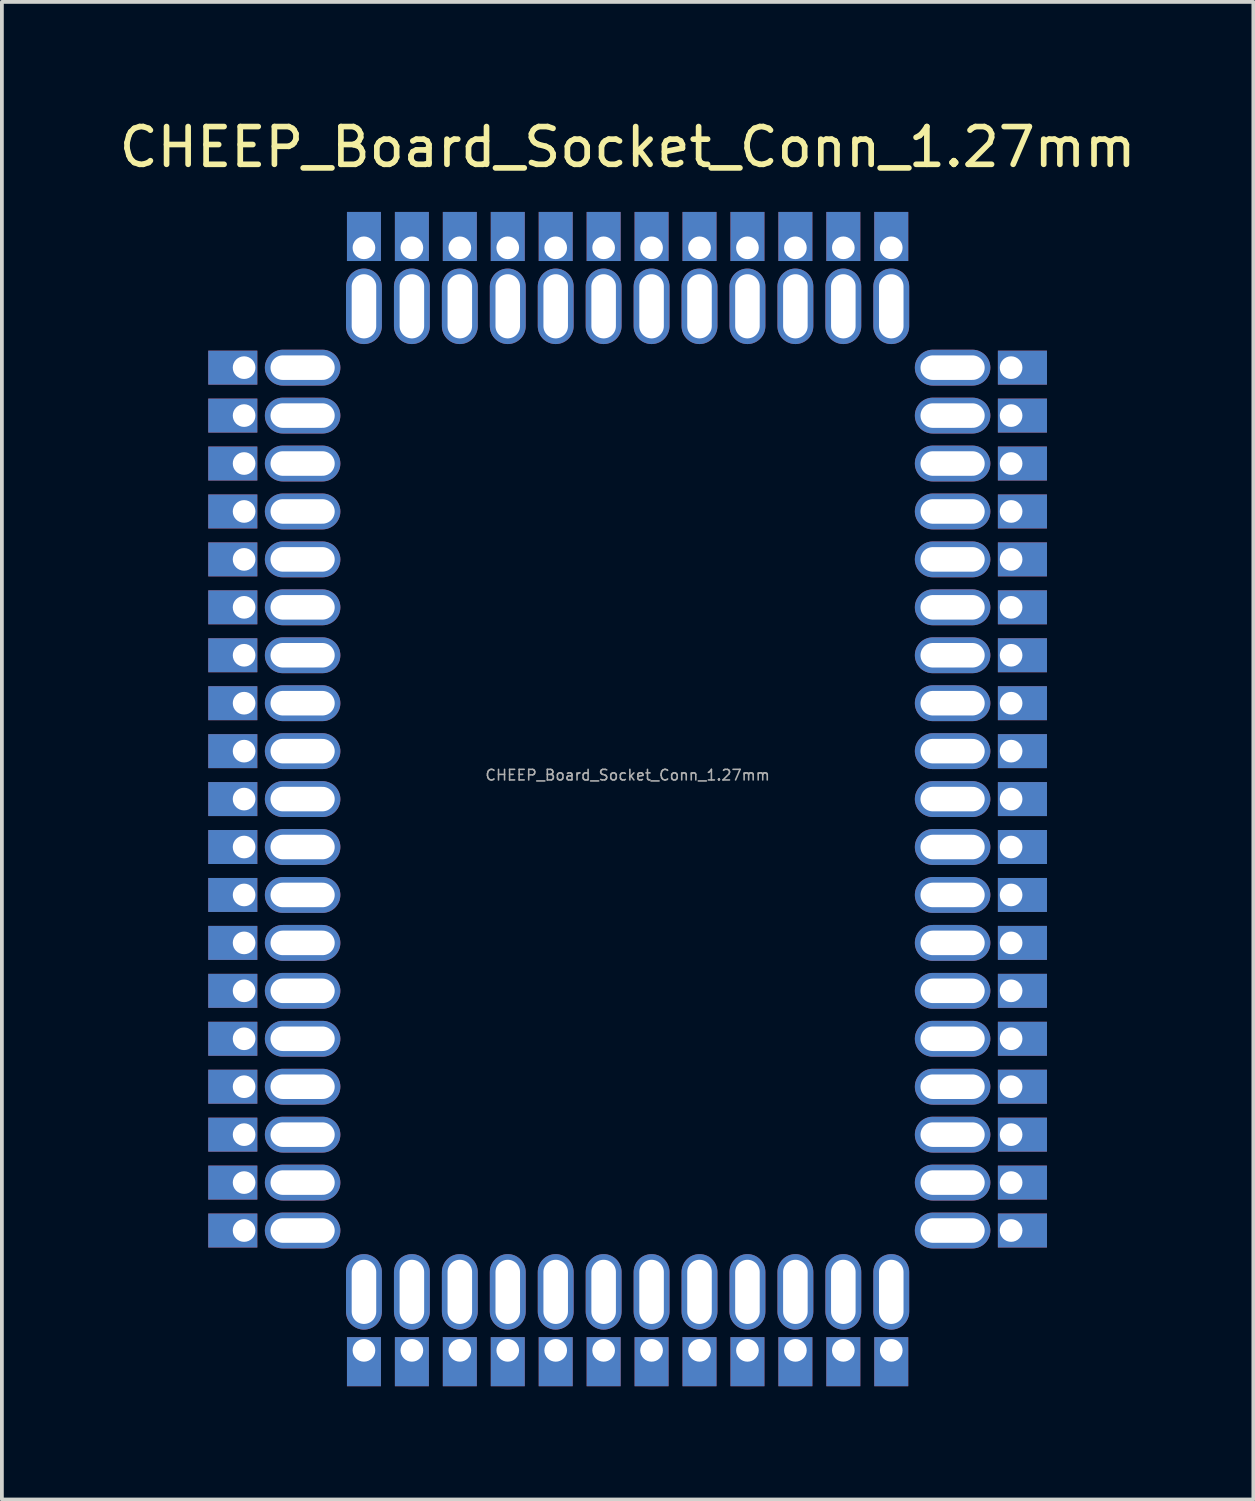
<source format=kicad_pcb>
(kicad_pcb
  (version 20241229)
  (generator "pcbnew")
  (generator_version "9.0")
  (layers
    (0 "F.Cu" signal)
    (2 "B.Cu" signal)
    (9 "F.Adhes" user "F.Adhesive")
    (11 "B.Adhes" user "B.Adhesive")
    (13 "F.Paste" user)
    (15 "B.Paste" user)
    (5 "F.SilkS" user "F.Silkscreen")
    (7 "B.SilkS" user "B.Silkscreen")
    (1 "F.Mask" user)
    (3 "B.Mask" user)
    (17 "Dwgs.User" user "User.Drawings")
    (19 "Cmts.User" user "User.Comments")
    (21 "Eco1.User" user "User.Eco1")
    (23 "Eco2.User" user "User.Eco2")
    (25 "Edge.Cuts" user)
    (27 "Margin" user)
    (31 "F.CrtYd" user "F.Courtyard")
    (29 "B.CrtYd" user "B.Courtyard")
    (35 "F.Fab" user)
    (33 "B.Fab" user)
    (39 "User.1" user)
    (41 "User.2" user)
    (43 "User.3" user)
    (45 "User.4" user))
  (footprint "CHEEP_Board_Socket_Conn_1.27mm"
    (layer "F.Cu")
    (at 13.577 18.12)
    (property "Reference" "CHEEP_Board_Socket_Conn_1.27mm" (at 0 -17.272 0) (unlocked yes) (layer "F.SilkS") (effects (font (size 1 1) (thickness 0.15))))
    (attr smd)
    (fp_text user "${REFERENCE}" (at 0 -0.635 0) (unlocked yes) (layer "F.Fab") (effects (font (size 0.28 0.28) (thickness 0.042))))
    (pad "1" thru_hole rect (at -10.16 -11.43) (size 1.3 0.9) (drill 0.6 (offset -0.3 0)) (layers "*.Cu" "*.Mask"))
    (pad "1" thru_hole oval (at -8.61 -11.43) (size 2 0.95) (drill oval 1.7 0.65) (layers "*.Cu" "*.Mask"))
    (pad "2" thru_hole rect (at -10.16 -10.16) (size 1.3 0.9) (drill 0.6 (offset -0.3 0)) (layers "*.Cu" "*.Mask"))
    (pad "2" thru_hole oval (at -8.61 -10.16) (size 2 0.95) (drill oval 1.7 0.65) (layers "*.Cu" "*.Mask"))
    (pad "3" thru_hole rect (at -10.16 -8.89) (size 1.3 0.9) (drill 0.6 (offset -0.3 0)) (layers "*.Cu" "*.Mask"))
    (pad "3" thru_hole oval (at -8.61 -8.89) (size 2 0.95) (drill oval 1.7 0.65) (layers "*.Cu" "*.Mask"))
    (pad "4" thru_hole rect (at -10.16 -7.62) (size 1.3 0.9) (drill 0.6 (offset -0.3 0)) (layers "*.Cu" "*.Mask"))
    (pad "4" thru_hole oval (at -8.61 -7.62) (size 2 0.95) (drill oval 1.7 0.65) (layers "*.Cu" "*.Mask"))
    (pad "5" thru_hole rect (at -10.16 -6.35) (size 1.3 0.9) (drill 0.6 (offset -0.3 0)) (layers "*.Cu" "*.Mask"))
    (pad "5" thru_hole oval (at -8.61 -6.35) (size 2 0.95) (drill oval 1.7 0.65) (layers "*.Cu" "*.Mask"))
    (pad "6" thru_hole rect (at -10.16 -5.08) (size 1.3 0.9) (drill 0.6 (offset -0.3 0)) (layers "*.Cu" "*.Mask"))
    (pad "6" thru_hole oval (at -8.61 -5.08) (size 2 0.95) (drill oval 1.7 0.65) (layers "*.Cu" "*.Mask"))
    (pad "7" thru_hole rect (at -10.16 -3.81) (size 1.3 0.9) (drill 0.6 (offset -0.3 0)) (layers "*.Cu" "*.Mask"))
    (pad "7" thru_hole oval (at -8.61 -3.81) (size 2 0.95) (drill oval 1.7 0.65) (layers "*.Cu" "*.Mask"))
    (pad "8" thru_hole rect (at -10.16 -2.54) (size 1.3 0.9) (drill 0.6 (offset -0.3 0)) (layers "*.Cu" "*.Mask"))
    (pad "8" thru_hole oval (at -8.61 -2.54) (size 2 0.95) (drill oval 1.7 0.65) (layers "*.Cu" "*.Mask"))
    (pad "9" thru_hole rect (at -10.16 -1.27) (size 1.3 0.9) (drill 0.6 (offset -0.3 0)) (layers "*.Cu" "*.Mask"))
    (pad "9" thru_hole oval (at -8.61 -1.27) (size 2 0.95) (drill oval 1.7 0.65) (layers "*.Cu" "*.Mask"))
    (pad "10" thru_hole rect (at -10.16 0) (size 1.3 0.9) (drill 0.6 (offset -0.3 0)) (layers "*.Cu" "*.Mask"))
    (pad "10" thru_hole oval (at -8.61 0) (size 2 0.95) (drill oval 1.7 0.65) (layers "*.Cu" "*.Mask"))
    (pad "11" thru_hole rect (at -10.16 1.27) (size 1.3 0.9) (drill 0.6 (offset -0.3 0)) (layers "*.Cu" "*.Mask"))
    (pad "11" thru_hole oval (at -8.61 1.27) (size 2 0.95) (drill oval 1.7 0.65) (layers "*.Cu" "*.Mask"))
    (pad "12" thru_hole rect (at -10.16 2.54) (size 1.3 0.9) (drill 0.6 (offset -0.3 0)) (layers "*.Cu" "*.Mask"))
    (pad "12" thru_hole oval (at -8.61 2.54) (size 2 0.95) (drill oval 1.7 0.65) (layers "*.Cu" "*.Mask"))
    (pad "13" thru_hole rect (at -10.16 3.81) (size 1.3 0.9) (drill 0.6 (offset -0.3 0)) (layers "*.Cu" "*.Mask"))
    (pad "13" thru_hole oval (at -8.61 3.81) (size 2 0.95) (drill oval 1.7 0.65) (layers "*.Cu" "*.Mask"))
    (pad "14" thru_hole rect (at -10.16 5.08) (size 1.3 0.9) (drill 0.6 (offset -0.3 0)) (layers "*.Cu" "*.Mask"))
    (pad "14" thru_hole oval (at -8.61 5.08) (size 2 0.95) (drill oval 1.7 0.65) (layers "*.Cu" "*.Mask"))
    (pad "15" thru_hole rect (at -10.16 6.35) (size 1.3 0.9) (drill 0.6 (offset -0.3 0)) (layers "*.Cu" "*.Mask"))
    (pad "15" thru_hole oval (at -8.61 6.35) (size 2 0.95) (drill oval 1.7 0.65) (layers "*.Cu" "*.Mask"))
    (pad "16" thru_hole rect (at -10.16 7.62) (size 1.3 0.9) (drill 0.6 (offset -0.3 0)) (layers "*.Cu" "*.Mask"))
    (pad "16" thru_hole oval (at -8.61 7.62) (size 2 0.95) (drill oval 1.7 0.65) (layers "*.Cu" "*.Mask"))
    (pad "17" thru_hole rect (at -10.16 8.89) (size 1.3 0.9) (drill 0.6 (offset -0.3 0)) (layers "*.Cu" "*.Mask"))
    (pad "17" thru_hole oval (at -8.61 8.89) (size 2 0.95) (drill oval 1.7 0.65) (layers "*.Cu" "*.Mask"))
    (pad "18" thru_hole rect (at -10.16 10.16) (size 1.3 0.9) (drill 0.6 (offset -0.3 0)) (layers "*.Cu" "*.Mask"))
    (pad "18" thru_hole oval (at -8.61 10.16) (size 2 0.95) (drill oval 1.7 0.65) (layers "*.Cu" "*.Mask"))
    (pad "19" thru_hole rect (at -10.16 11.43) (size 1.3 0.9) (drill 0.6 (offset -0.3 0)) (layers "*.Cu" "*.Mask"))
    (pad "19" thru_hole oval (at -8.61 11.43) (size 2 0.95) (drill oval 1.7 0.65) (layers "*.Cu" "*.Mask"))
    (pad "20" thru_hole oval (at -6.985 13.055 90) (size 2 0.95) (drill oval 1.7 0.65) (layers "*.Cu" "*.Mask"))
    (pad "20" thru_hole rect (at -6.985 14.605 90) (size 1.3 0.9) (drill 0.6 (offset -0.3 0)) (layers "*.Cu" "*.Mask"))
    (pad "21" thru_hole oval (at -5.715 13.055 90) (size 2 0.95) (drill oval 1.7 0.65) (layers "*.Cu" "*.Mask"))
    (pad "21" thru_hole rect (at -5.715 14.605 90) (size 1.3 0.9) (drill 0.6 (offset -0.3 0)) (layers "*.Cu" "*.Mask"))
    (pad "22" thru_hole oval (at -4.445 13.055 90) (size 2 0.95) (drill oval 1.7 0.65) (layers "*.Cu" "*.Mask"))
    (pad "22" thru_hole rect (at -4.445 14.605 90) (size 1.3 0.9) (drill 0.6 (offset -0.3 0)) (layers "*.Cu" "*.Mask"))
    (pad "23" thru_hole oval (at -3.175 13.055 90) (size 2 0.95) (drill oval 1.7 0.65) (layers "*.Cu" "*.Mask"))
    (pad "23" thru_hole rect (at -3.175 14.605 90) (size 1.3 0.9) (drill 0.6 (offset -0.3 0)) (layers "*.Cu" "*.Mask"))
    (pad "24" thru_hole oval (at -1.905 13.055 90) (size 2 0.95) (drill oval 1.7 0.65) (layers "*.Cu" "*.Mask"))
    (pad "24" thru_hole rect (at -1.905 14.605 90) (size 1.3 0.9) (drill 0.6 (offset -0.3 0)) (layers "*.Cu" "*.Mask"))
    (pad "25" thru_hole oval (at -0.635 13.055 90) (size 2 0.95) (drill oval 1.7 0.65) (layers "*.Cu" "*.Mask"))
    (pad "25" thru_hole rect (at -0.635 14.605 90) (size 1.3 0.9) (drill 0.6 (offset -0.3 0)) (layers "*.Cu" "*.Mask"))
    (pad "26" thru_hole oval (at 0.635 13.055 90) (size 2 0.95) (drill oval 1.7 0.65) (layers "*.Cu" "*.Mask"))
    (pad "26" thru_hole rect (at 0.635 14.605 90) (size 1.3 0.9) (drill 0.6 (offset -0.3 0)) (layers "*.Cu" "*.Mask"))
    (pad "27" thru_hole oval (at 1.905 13.055 90) (size 2 0.95) (drill oval 1.7 0.65) (layers "*.Cu" "*.Mask"))
    (pad "27" thru_hole rect (at 1.905 14.605 90) (size 1.3 0.9) (drill 0.6 (offset -0.3 0)) (layers "*.Cu" "*.Mask"))
    (pad "28" thru_hole oval (at 3.175 13.055 90) (size 2 0.95) (drill oval 1.7 0.65) (layers "*.Cu" "*.Mask"))
    (pad "28" thru_hole rect (at 3.175 14.605 90) (size 1.3 0.9) (drill 0.6 (offset -0.3 0)) (layers "*.Cu" "*.Mask"))
    (pad "29" thru_hole oval (at 4.445 13.055 90) (size 2 0.95) (drill oval 1.7 0.65) (layers "*.Cu" "*.Mask"))
    (pad "29" thru_hole rect (at 4.445 14.605 90) (size 1.3 0.9) (drill 0.6 (offset -0.3 0)) (layers "*.Cu" "*.Mask"))
    (pad "30" thru_hole oval (at 5.715 13.055 90) (size 2 0.95) (drill oval 1.7 0.65) (layers "*.Cu" "*.Mask"))
    (pad "30" thru_hole rect (at 5.715 14.605 90) (size 1.3 0.9) (drill 0.6 (offset -0.3 0)) (layers "*.Cu" "*.Mask"))
    (pad "31" thru_hole oval (at 6.985 13.055 90) (size 2 0.95) (drill oval 1.7 0.65) (layers "*.Cu" "*.Mask"))
    (pad "31" thru_hole rect (at 6.985 14.605 90) (size 1.3 0.9) (drill 0.6 (offset -0.3 0)) (layers "*.Cu" "*.Mask"))
    (pad "32" thru_hole oval (at 8.61 11.43 180) (size 2 0.95) (drill oval 1.7 0.65) (layers "*.Cu" "*.Mask"))
    (pad "32" thru_hole rect (at 10.16 11.43 180) (size 1.3 0.9) (drill 0.6 (offset -0.3 0)) (layers "*.Cu" "*.Mask"))
    (pad "33" thru_hole oval (at 8.61 10.16 180) (size 2 0.95) (drill oval 1.7 0.65) (layers "*.Cu" "*.Mask"))
    (pad "33" thru_hole rect (at 10.16 10.16 180) (size 1.3 0.9) (drill 0.6 (offset -0.3 0)) (layers "*.Cu" "*.Mask"))
    (pad "34" thru_hole oval (at 8.61 8.89 180) (size 2 0.95) (drill oval 1.7 0.65) (layers "*.Cu" "*.Mask"))
    (pad "34" thru_hole rect (at 10.16 8.89 180) (size 1.3 0.9) (drill 0.6 (offset -0.3 0)) (layers "*.Cu" "*.Mask"))
    (pad "35" thru_hole oval (at 8.61 7.62 180) (size 2 0.95) (drill oval 1.7 0.65) (layers "*.Cu" "*.Mask"))
    (pad "35" thru_hole rect (at 10.16 7.62 180) (size 1.3 0.9) (drill 0.6 (offset -0.3 0)) (layers "*.Cu" "*.Mask"))
    (pad "36" thru_hole oval (at 8.61 6.35 180) (size 2 0.95) (drill oval 1.7 0.65) (layers "*.Cu" "*.Mask"))
    (pad "36" thru_hole rect (at 10.16 6.35 180) (size 1.3 0.9) (drill 0.6 (offset -0.3 0)) (layers "*.Cu" "*.Mask"))
    (pad "37" thru_hole oval (at 8.61 5.08 180) (size 2 0.95) (drill oval 1.7 0.65) (layers "*.Cu" "*.Mask"))
    (pad "37" thru_hole rect (at 10.16 5.08 180) (size 1.3 0.9) (drill 0.6 (offset -0.3 0)) (layers "*.Cu" "*.Mask"))
    (pad "38" thru_hole oval (at 8.61 3.81 180) (size 2 0.95) (drill oval 1.7 0.65) (layers "*.Cu" "*.Mask"))
    (pad "38" thru_hole rect (at 10.16 3.81 180) (size 1.3 0.9) (drill 0.6 (offset -0.3 0)) (layers "*.Cu" "*.Mask"))
    (pad "39" thru_hole oval (at 8.61 2.54 180) (size 2 0.95) (drill oval 1.7 0.65) (layers "*.Cu" "*.Mask"))
    (pad "39" thru_hole rect (at 10.16 2.54 180) (size 1.3 0.9) (drill 0.6 (offset -0.3 0)) (layers "*.Cu" "*.Mask"))
    (pad "40" thru_hole oval (at 8.61 1.27 180) (size 2 0.95) (drill oval 1.7 0.65) (layers "*.Cu" "*.Mask"))
    (pad "40" thru_hole rect (at 10.16 1.27 180) (size 1.3 0.9) (drill 0.6 (offset -0.3 0)) (layers "*.Cu" "*.Mask"))
    (pad "41" thru_hole oval (at 8.61 0 180) (size 2 0.95) (drill oval 1.7 0.65) (layers "*.Cu" "*.Mask"))
    (pad "41" thru_hole rect (at 10.16 0 180) (size 1.3 0.9) (drill 0.6 (offset -0.3 0)) (layers "*.Cu" "*.Mask"))
    (pad "42" thru_hole oval (at 8.61 -1.27 180) (size 2 0.95) (drill oval 1.7 0.65) (layers "*.Cu" "*.Mask"))
    (pad "42" thru_hole rect (at 10.16 -1.27 180) (size 1.3 0.9) (drill 0.6 (offset -0.3 0)) (layers "*.Cu" "*.Mask"))
    (pad "43" thru_hole oval (at 8.61 -2.54 180) (size 2 0.95) (drill oval 1.7 0.65) (layers "*.Cu" "*.Mask"))
    (pad "43" thru_hole rect (at 10.16 -2.54 180) (size 1.3 0.9) (drill 0.6 (offset -0.3 0)) (layers "*.Cu" "*.Mask"))
    (pad "44" thru_hole oval (at 8.61 -3.81 180) (size 2 0.95) (drill oval 1.7 0.65) (layers "*.Cu" "*.Mask"))
    (pad "44" thru_hole rect (at 10.16 -3.81 180) (size 1.3 0.9) (drill 0.6 (offset -0.3 0)) (layers "*.Cu" "*.Mask"))
    (pad "45" thru_hole oval (at 8.61 -5.08 180) (size 2 0.95) (drill oval 1.7 0.65) (layers "*.Cu" "*.Mask"))
    (pad "45" thru_hole rect (at 10.16 -5.08 180) (size 1.3 0.9) (drill 0.6 (offset -0.3 0)) (layers "*.Cu" "*.Mask"))
    (pad "46" thru_hole oval (at 8.61 -6.35 180) (size 2 0.95) (drill oval 1.7 0.65) (layers "*.Cu" "*.Mask"))
    (pad "46" thru_hole rect (at 10.16 -6.35 180) (size 1.3 0.9) (drill 0.6 (offset -0.3 0)) (layers "*.Cu" "*.Mask"))
    (pad "47" thru_hole oval (at 8.61 -7.62 180) (size 2 0.95) (drill oval 1.7 0.65) (layers "*.Cu" "*.Mask"))
    (pad "47" thru_hole rect (at 10.16 -7.62 180) (size 1.3 0.9) (drill 0.6 (offset -0.3 0)) (layers "*.Cu" "*.Mask"))
    (pad "48" thru_hole oval (at 8.61 -8.89 180) (size 2 0.95) (drill oval 1.7 0.65) (layers "*.Cu" "*.Mask"))
    (pad "48" thru_hole rect (at 10.16 -8.89 180) (size 1.3 0.9) (drill 0.6 (offset -0.3 0)) (layers "*.Cu" "*.Mask"))
    (pad "49" thru_hole oval (at 8.61 -10.16 180) (size 2 0.95) (drill oval 1.7 0.65) (layers "*.Cu" "*.Mask"))
    (pad "49" thru_hole rect (at 10.16 -10.16 180) (size 1.3 0.9) (drill 0.6 (offset -0.3 0)) (layers "*.Cu" "*.Mask"))
    (pad "50" thru_hole oval (at 8.61 -11.43 180) (size 2 0.95) (drill oval 1.7 0.65) (layers "*.Cu" "*.Mask"))
    (pad "50" thru_hole rect (at 10.16 -11.43 180) (size 1.3 0.9) (drill 0.6 (offset -0.3 0)) (layers "*.Cu" "*.Mask"))
    (pad "51" thru_hole rect (at 6.985 -14.605 270) (size 1.3 0.9) (drill 0.6 (offset -0.3 0)) (layers "*.Cu" "*.Mask"))
    (pad "51" thru_hole oval (at 6.985 -13.055 270) (size 2 0.95) (drill oval 1.7 0.65) (layers "*.Cu" "*.Mask"))
    (pad "52" thru_hole rect (at 5.715 -14.605 270) (size 1.3 0.9) (drill 0.6 (offset -0.3 0)) (layers "*.Cu" "*.Mask"))
    (pad "52" thru_hole oval (at 5.715 -13.055 270) (size 2 0.95) (drill oval 1.7 0.65) (layers "*.Cu" "*.Mask"))
    (pad "53" thru_hole rect (at 4.445 -14.605 270) (size 1.3 0.9) (drill 0.6 (offset -0.3 0)) (layers "*.Cu" "*.Mask"))
    (pad "53" thru_hole oval (at 4.445 -13.055 270) (size 2 0.95) (drill oval 1.7 0.65) (layers "*.Cu" "*.Mask"))
    (pad "54" thru_hole rect (at 3.175 -14.605 270) (size 1.3 0.9) (drill 0.6 (offset -0.3 0)) (layers "*.Cu" "*.Mask"))
    (pad "54" thru_hole oval (at 3.175 -13.055 270) (size 2 0.95) (drill oval 1.7 0.65) (layers "*.Cu" "*.Mask"))
    (pad "55" thru_hole rect (at 1.905 -14.605 270) (size 1.3 0.9) (drill 0.6 (offset -0.3 0)) (layers "*.Cu" "*.Mask"))
    (pad "55" thru_hole oval (at 1.905 -13.055 270) (size 2 0.95) (drill oval 1.7 0.65) (layers "*.Cu" "*.Mask"))
    (pad "56" thru_hole rect (at 0.635 -14.605 270) (size 1.3 0.9) (drill 0.6 (offset -0.3 0)) (layers "*.Cu" "*.Mask"))
    (pad "56" thru_hole oval (at 0.635 -13.055 270) (size 2 0.95) (drill oval 1.7 0.65) (layers "*.Cu" "*.Mask"))
    (pad "57" thru_hole rect (at -0.635 -14.605 270) (size 1.3 0.9) (drill 0.6 (offset -0.3 0)) (layers "*.Cu" "*.Mask"))
    (pad "57" thru_hole oval (at -0.635 -13.055 270) (size 2 0.95) (drill oval 1.7 0.65) (layers "*.Cu" "*.Mask"))
    (pad "58" thru_hole rect (at -1.905 -14.605 270) (size 1.3 0.9) (drill 0.6 (offset -0.3 0)) (layers "*.Cu" "*.Mask"))
    (pad "58" thru_hole oval (at -1.905 -13.055 270) (size 2 0.95) (drill oval 1.7 0.65) (layers "*.Cu" "*.Mask"))
    (pad "59" thru_hole rect (at -3.175 -14.605 270) (size 1.3 0.9) (drill 0.6 (offset -0.3 0)) (layers "*.Cu" "*.Mask"))
    (pad "59" thru_hole oval (at -3.175 -13.055 270) (size 2 0.95) (drill oval 1.7 0.65) (layers "*.Cu" "*.Mask"))
    (pad "60" thru_hole rect (at -4.445 -14.605 270) (size 1.3 0.9) (drill 0.6 (offset -0.3 0)) (layers "*.Cu" "*.Mask"))
    (pad "60" thru_hole oval (at -4.445 -13.055 270) (size 2 0.95) (drill oval 1.7 0.65) (layers "*.Cu" "*.Mask"))
    (pad "61" thru_hole rect (at -5.715 -14.605 270) (size 1.3 0.9) (drill 0.6 (offset -0.3 0)) (layers "*.Cu" "*.Mask"))
    (pad "61" thru_hole oval (at -5.715 -13.055 270) (size 2 0.95) (drill oval 1.7 0.65) (layers "*.Cu" "*.Mask"))
    (pad "62" thru_hole rect (at -6.985 -14.605 270) (size 1.3 0.9) (drill 0.6 (offset -0.3 0)) (layers "*.Cu" "*.Mask"))
    (pad "62" thru_hole oval (at -6.985 -13.055 270) (size 2 0.95) (drill oval 1.7 0.65) (layers "*.Cu" "*.Mask")))
  (gr_rect
    (start -3 -3)
    (end 30.155 36.675)
    (stroke (width 0.1) (type default))
    (fill no)
    (layer "Edge.Cuts")))
</source>
